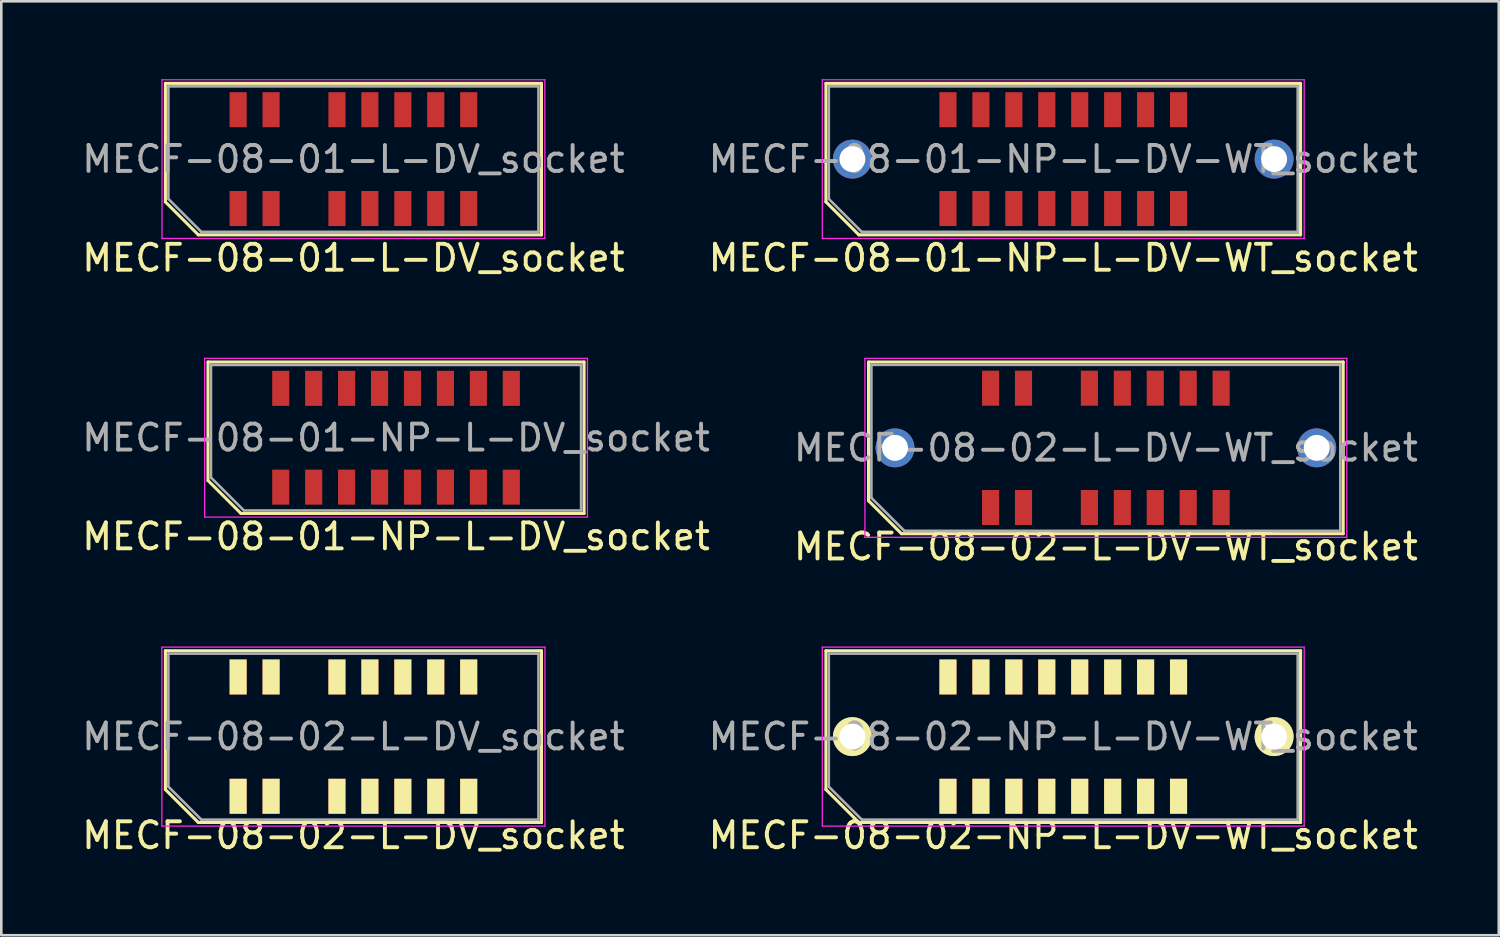
<source format=kicad_pcb>
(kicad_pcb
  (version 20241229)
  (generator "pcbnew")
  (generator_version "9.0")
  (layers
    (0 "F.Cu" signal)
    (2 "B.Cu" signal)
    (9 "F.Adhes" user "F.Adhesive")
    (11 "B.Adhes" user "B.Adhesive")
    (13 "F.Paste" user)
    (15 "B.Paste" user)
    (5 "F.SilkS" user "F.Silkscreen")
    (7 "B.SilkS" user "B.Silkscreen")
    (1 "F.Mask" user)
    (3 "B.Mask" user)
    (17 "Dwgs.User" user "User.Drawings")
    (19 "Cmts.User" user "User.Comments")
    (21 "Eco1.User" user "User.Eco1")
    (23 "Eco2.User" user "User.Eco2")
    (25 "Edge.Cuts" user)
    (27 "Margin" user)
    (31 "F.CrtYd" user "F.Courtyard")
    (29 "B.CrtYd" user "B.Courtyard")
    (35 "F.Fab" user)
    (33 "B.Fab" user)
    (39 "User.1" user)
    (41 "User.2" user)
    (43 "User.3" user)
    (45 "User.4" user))
  (footprint "MECF-08-02-L-DV_socket"
    (layer "F.Cu")
    (at 10.577 25.352)
    (property "Reference" "MECF-08-02-L-DV_socket" (at 0 3.81 0) (layer "F.SilkS") (effects (font (size 1 1) (thickness 0.15))))
    (attr smd)
    (fp_line (start -7.25 -3.31) (end 7.25 -3.31) (stroke (width 0.12) (type solid)) (layer "F.SilkS"))
    (fp_line (start -7.25 2.04) (end -7.25 -3.31) (stroke (width 0.12) (type solid)) (layer "F.SilkS"))
    (fp_line (start -5.98 3.31) (end -7.25 2.04) (stroke (width 0.12) (type solid)) (layer "F.SilkS"))
    (fp_line (start -5.98 3.31) (end 7.25 3.31) (stroke (width 0.12) (type solid)) (layer "F.SilkS"))
    (fp_line (start 7.25 3.31) (end 7.25 -3.31) (stroke (width 0.12) (type solid)) (layer "F.SilkS"))
    (fp_line (start -7.385 -3.45) (end -7.385 3.45) (stroke (width 0.05) (type solid)) (layer "F.CrtYd"))
    (fp_line (start -7.385 3.45) (end 7.385 3.45) (stroke (width 0.05) (type solid)) (layer "F.CrtYd"))
    (fp_line (start 7.385 -3.45) (end -7.385 -3.45) (stroke (width 0.05) (type solid)) (layer "F.CrtYd"))
    (fp_line (start 7.385 3.45) (end 7.385 -3.45) (stroke (width 0.05) (type solid)) (layer "F.CrtYd"))
    (fp_line (start -7.135 -3.2) (end 7.135 -3.2) (stroke (width 0.1) (type solid)) (layer "F.Fab"))
    (fp_line (start -7.135 1.93) (end -7.135 -3.2) (stroke (width 0.1) (type solid)) (layer "F.Fab"))
    (fp_line (start -7.135 1.93) (end -5.865 3.2) (stroke (width 0.1) (type solid)) (layer "F.Fab"))
    (fp_line (start -5.865 3.2) (end 7.135 3.2) (stroke (width 0.1) (type solid)) (layer "F.Fab"))
    (fp_line (start 7.135 3.2) (end 7.135 -3.2) (stroke (width 0.1) (type solid)) (layer "F.Fab"))
    (fp_text user "${REFERENCE}" (at 0 0 0) (layer "F.Fab") (effects (font (size 1 1) (thickness 0.15))))
    (pad "" np_thru_hole circle (at -6.225 0) (size 0.001 0.001) (drill 1.45) (layers "*.Cu" "*.Mask" "F.SilkS"))
    (pad "" np_thru_hole circle (at 6.225 1) (size 0.001 0.001) (drill 1.45) (layers "*.Cu" "*.Mask" "F.SilkS"))
    (pad "1" smd rect (at -4.445 2.3) (size 0.66 1.35) (layers "F.Cu" "F.Mask" "F.SilkS"))
    (pad "2" smd rect (at -4.445 -2.3) (size 0.66 1.35) (layers "F.Cu" "F.Mask" "F.SilkS"))
    (pad "3" smd rect (at -3.175 2.3) (size 0.66 1.35) (layers "F.Cu" "F.Mask" "F.SilkS"))
    (pad "4" smd rect (at -3.175 -2.3) (size 0.66 1.35) (layers "F.Cu" "F.Mask" "F.SilkS"))
    (pad "7" smd rect (at -0.635 2.3) (size 0.66 1.35) (layers "F.Cu" "F.Mask" "F.SilkS"))
    (pad "8" smd rect (at -0.635 -2.3) (size 0.66 1.35) (layers "F.Cu" "F.Mask" "F.SilkS"))
    (pad "9" smd rect (at 0.635 2.3) (size 0.66 1.35) (layers "F.Cu" "F.Mask" "F.SilkS"))
    (pad "10" smd rect (at 0.635 -2.3) (size 0.66 1.35) (layers "F.Cu" "F.Mask" "F.SilkS"))
    (pad "11" smd rect (at 1.905 2.3) (size 0.66 1.35) (layers "F.Cu" "F.Mask" "F.SilkS"))
    (pad "12" smd rect (at 1.905 -2.3) (size 0.66 1.35) (layers "F.Cu" "F.Mask" "F.SilkS"))
    (pad "13" smd rect (at 3.175 2.3) (size 0.66 1.35) (layers "F.Cu" "F.Mask" "F.SilkS"))
    (pad "14" smd rect (at 3.175 -2.3) (size 0.66 1.35) (layers "F.Cu" "F.Mask" "F.SilkS"))
    (pad "15" smd rect (at 4.445 2.3) (size 0.66 1.35) (layers "F.Cu" "F.Mask" "F.SilkS"))
    (pad "16" smd rect (at 4.445 -2.3) (size 0.66 1.35) (layers "F.Cu" "F.Mask" "F.SilkS")))
  (footprint "MECF-08-01-NP-L-DV-WT_socket"
    (layer "F.Cu")
    (at 37.946 3.085)
    (property "Reference" "MECF-08-01-NP-L-DV-WT_socket" (at 0 3.81 0) (layer "F.SilkS") (effects (font (size 1 1) (thickness 0.15))))
    (attr smd)
    (fp_line (start -9.15 -2.92) (end 9.15 -2.92) (stroke (width 0.12) (type solid)) (layer "F.SilkS"))
    (fp_line (start -9.15 1.65) (end -9.15 -2.92) (stroke (width 0.12) (type solid)) (layer "F.SilkS"))
    (fp_line (start -7.88 2.92) (end -9.15 1.65) (stroke (width 0.12) (type solid)) (layer "F.SilkS"))
    (fp_line (start -7.88 2.92) (end 9.15 2.92) (stroke (width 0.12) (type solid)) (layer "F.SilkS"))
    (fp_line (start 9.15 2.92) (end 9.15 -2.92) (stroke (width 0.12) (type solid)) (layer "F.SilkS"))
    (fp_line (start -9.29 -3.06) (end -9.29 3.06) (stroke (width 0.05) (type solid)) (layer "F.CrtYd"))
    (fp_line (start -9.29 3.06) (end 9.29 3.06) (stroke (width 0.05) (type solid)) (layer "F.CrtYd"))
    (fp_line (start 9.29 -3.06) (end -9.29 -3.06) (stroke (width 0.05) (type solid)) (layer "F.CrtYd"))
    (fp_line (start 9.29 3.06) (end 9.29 -3.06) (stroke (width 0.05) (type solid)) (layer "F.CrtYd"))
    (fp_line (start -9.04 -2.805) (end 9.04 -2.805) (stroke (width 0.1) (type solid)) (layer "F.Fab"))
    (fp_line (start -9.04 1.535) (end -9.04 -2.805) (stroke (width 0.1) (type solid)) (layer "F.Fab"))
    (fp_line (start -9.04 1.535) (end -7.77 2.805) (stroke (width 0.1) (type solid)) (layer "F.Fab"))
    (fp_line (start -7.77 2.805) (end 9.04 2.805) (stroke (width 0.1) (type solid)) (layer "F.Fab"))
    (fp_line (start 9.04 2.805) (end 9.04 -2.805) (stroke (width 0.1) (type solid)) (layer "F.Fab"))
    (fp_text user "${REFERENCE}" (at 0 0 0) (layer "F.Fab") (effects (font (size 1 1) (thickness 0.15))))
    (pad "" thru_hole circle (at -8.13 0) (size 1.5 1.5) (drill 1) (layers "*.Cu" "*.Mask"))
    (pad "" np_thru_hole circle (at -6.225 0) (size 0.001 0.001) (drill 1.45) (layers "*.Cu" "*.Mask"))
    (pad "" np_thru_hole circle (at 6.225 1) (size 0.001 0.001) (drill 1.45) (layers "*.Cu" "*.Mask"))
    (pad "" thru_hole circle (at 8.13 0) (size 1.5 1.5) (drill 1) (layers "*.Cu" "*.Mask"))
    (pad "1" smd rect (at -4.445 1.905) (size 0.66 1.35) (layers "F.Cu" "F.Mask" "F.Paste"))
    (pad "2" smd rect (at -4.445 -1.905) (size 0.66 1.35) (layers "F.Cu" "F.Mask" "F.Paste"))
    (pad "3" smd rect (at -3.175 1.905) (size 0.66 1.35) (layers "F.Cu" "F.Mask" "F.Paste"))
    (pad "4" smd rect (at -3.175 -1.905) (size 0.66 1.35) (layers "F.Cu" "F.Mask" "F.Paste"))
    (pad "5" smd rect (at -1.905 1.905) (size 0.66 1.35) (layers "F.Cu" "F.Mask" "F.Paste"))
    (pad "6" smd rect (at -1.905 -1.905) (size 0.66 1.35) (layers "F.Cu" "F.Mask" "F.Paste"))
    (pad "7" smd rect (at -0.635 1.905) (size 0.66 1.35) (layers "F.Cu" "F.Mask" "F.Paste"))
    (pad "8" smd rect (at -0.635 -1.905) (size 0.66 1.35) (layers "F.Cu" "F.Mask" "F.Paste"))
    (pad "9" smd rect (at 0.635 1.905) (size 0.66 1.35) (layers "F.Cu" "F.Mask" "F.Paste"))
    (pad "10" smd rect (at 0.635 -1.905) (size 0.66 1.35) (layers "F.Cu" "F.Mask" "F.Paste"))
    (pad "11" smd rect (at 1.905 1.905) (size 0.66 1.35) (layers "F.Cu" "F.Mask" "F.Paste"))
    (pad "12" smd rect (at 1.905 -1.905) (size 0.66 1.35) (layers "F.Cu" "F.Mask" "F.Paste"))
    (pad "13" smd rect (at 3.175 1.905) (size 0.66 1.35) (layers "F.Cu" "F.Mask" "F.Paste"))
    (pad "14" smd rect (at 3.175 -1.905) (size 0.66 1.35) (layers "F.Cu" "F.Mask" "F.Paste"))
    (pad "15" smd rect (at 4.445 1.905) (size 0.66 1.35) (layers "F.Cu" "F.Mask" "F.Paste"))
    (pad "16" smd rect (at 4.445 -1.905) (size 0.66 1.35) (layers "F.Cu" "F.Mask" "F.Paste")))
  (footprint "MECF-08-01-L-DV_socket"
    (layer "F.Cu")
    (at 10.577 3.085)
    (property "Reference" "MECF-08-01-L-DV_socket" (at 0 3.81 0) (layer "F.SilkS") (effects (font (size 1 1) (thickness 0.15))))
    (attr smd)
    (fp_line (start -7.25 -2.92) (end 7.25 -2.92) (stroke (width 0.12) (type solid)) (layer "F.SilkS"))
    (fp_line (start -7.25 1.65) (end -7.25 -2.92) (stroke (width 0.12) (type solid)) (layer "F.SilkS"))
    (fp_line (start -5.98 2.92) (end -7.25 1.65) (stroke (width 0.12) (type solid)) (layer "F.SilkS"))
    (fp_line (start -5.98 2.92) (end 7.25 2.92) (stroke (width 0.12) (type solid)) (layer "F.SilkS"))
    (fp_line (start 7.25 2.92) (end 7.25 -2.92) (stroke (width 0.12) (type solid)) (layer "F.SilkS"))
    (fp_line (start -7.38 -3.06) (end -7.38 3.06) (stroke (width 0.05) (type solid)) (layer "F.CrtYd"))
    (fp_line (start -7.38 3.06) (end 7.38 3.06) (stroke (width 0.05) (type solid)) (layer "F.CrtYd"))
    (fp_line (start 7.38 -3.06) (end -7.38 -3.06) (stroke (width 0.05) (type solid)) (layer "F.CrtYd"))
    (fp_line (start 7.38 3.06) (end 7.38 -3.06) (stroke (width 0.05) (type solid)) (layer "F.CrtYd"))
    (fp_line (start -7.135 -2.805) (end 7.135 -2.805) (stroke (width 0.1) (type solid)) (layer "F.Fab"))
    (fp_line (start -7.135 1.535) (end -7.135 -2.805) (stroke (width 0.1) (type solid)) (layer "F.Fab"))
    (fp_line (start -7.135 1.535) (end -5.865 2.805) (stroke (width 0.1) (type solid)) (layer "F.Fab"))
    (fp_line (start -5.865 2.805) (end 7.135 2.805) (stroke (width 0.1) (type solid)) (layer "F.Fab"))
    (fp_line (start 7.135 2.805) (end 7.135 -2.805) (stroke (width 0.1) (type solid)) (layer "F.Fab"))
    (fp_text user "${REFERENCE}" (at 0 0 0) (layer "F.Fab") (effects (font (size 1 1) (thickness 0.15))))
    (pad "" np_thru_hole circle (at -6.225 0) (size 0.001 0.001) (drill 1.45) (layers "*.Cu" "*.Mask"))
    (pad "" np_thru_hole circle (at 6.225 1) (size 0.001 0.001) (drill 1.45) (layers "*.Cu" "*.Mask"))
    (pad "1" smd rect (at -4.445 1.905) (size 0.66 1.35) (layers "F.Cu" "F.Mask" "F.Paste"))
    (pad "2" smd rect (at -4.445 -1.905) (size 0.66 1.35) (layers "F.Cu" "F.Mask" "F.Paste"))
    (pad "3" smd rect (at -3.175 1.905) (size 0.66 1.35) (layers "F.Cu" "F.Mask" "F.Paste"))
    (pad "4" smd rect (at -3.175 -1.905) (size 0.66 1.35) (layers "F.Cu" "F.Mask" "F.Paste"))
    (pad "7" smd rect (at -0.635 1.905) (size 0.66 1.35) (layers "F.Cu" "F.Mask" "F.Paste"))
    (pad "8" smd rect (at -0.635 -1.905) (size 0.66 1.35) (layers "F.Cu" "F.Mask" "F.Paste"))
    (pad "9" smd rect (at 0.635 1.905) (size 0.66 1.35) (layers "F.Cu" "F.Mask" "F.Paste"))
    (pad "10" smd rect (at 0.635 -1.905) (size 0.66 1.35) (layers "F.Cu" "F.Mask" "F.Paste"))
    (pad "11" smd rect (at 1.905 1.905) (size 0.66 1.35) (layers "F.Cu" "F.Mask" "F.Paste"))
    (pad "12" smd rect (at 1.905 -1.905) (size 0.66 1.35) (layers "F.Cu" "F.Mask" "F.Paste"))
    (pad "13" smd rect (at 3.175 1.905) (size 0.66 1.35) (layers "F.Cu" "F.Mask" "F.Paste"))
    (pad "14" smd rect (at 3.175 -1.905) (size 0.66 1.35) (layers "F.Cu" "F.Mask" "F.Paste"))
    (pad "15" smd rect (at 4.445 1.905) (size 0.66 1.35) (layers "F.Cu" "F.Mask" "F.Paste"))
    (pad "16" smd rect (at 4.445 -1.905) (size 0.66 1.35) (layers "F.Cu" "F.Mask" "F.Paste")))
  (footprint "MECF-08-01-NP-L-DV_socket"
    (layer "F.Cu")
    (at 12.22 13.828)
    (property "Reference" "MECF-08-01-NP-L-DV_socket" (at 0 3.81 0) (layer "F.SilkS") (effects (font (size 1 1) (thickness 0.15))))
    (attr smd)
    (fp_line (start -7.25 -2.92) (end 7.25 -2.92) (stroke (width 0.12) (type solid)) (layer "F.SilkS"))
    (fp_line (start -7.25 1.65) (end -7.25 -2.92) (stroke (width 0.12) (type solid)) (layer "F.SilkS"))
    (fp_line (start -5.98 2.92) (end -7.25 1.65) (stroke (width 0.12) (type solid)) (layer "F.SilkS"))
    (fp_line (start -5.98 2.92) (end 7.25 2.92) (stroke (width 0.12) (type solid)) (layer "F.SilkS"))
    (fp_line (start 7.25 2.92) (end 7.25 -2.92) (stroke (width 0.12) (type solid)) (layer "F.SilkS"))
    (fp_line (start -7.38 -3.06) (end -7.38 3.06) (stroke (width 0.05) (type solid)) (layer "F.CrtYd"))
    (fp_line (start -7.38 3.06) (end 7.38 3.06) (stroke (width 0.05) (type solid)) (layer "F.CrtYd"))
    (fp_line (start 7.38 -3.06) (end -7.38 -3.06) (stroke (width 0.05) (type solid)) (layer "F.CrtYd"))
    (fp_line (start 7.38 3.06) (end 7.38 -3.06) (stroke (width 0.05) (type solid)) (layer "F.CrtYd"))
    (fp_line (start -7.135 -2.805) (end 7.135 -2.805) (stroke (width 0.1) (type solid)) (layer "F.Fab"))
    (fp_line (start -7.135 1.535) (end -7.135 -2.805) (stroke (width 0.1) (type solid)) (layer "F.Fab"))
    (fp_line (start -7.135 1.535) (end -5.865 2.805) (stroke (width 0.1) (type solid)) (layer "F.Fab"))
    (fp_line (start -5.865 2.805) (end 7.135 2.805) (stroke (width 0.1) (type solid)) (layer "F.Fab"))
    (fp_line (start 7.135 2.805) (end 7.135 -2.805) (stroke (width 0.1) (type solid)) (layer "F.Fab"))
    (fp_text user "${REFERENCE}" (at 0 0 0) (layer "F.Fab") (effects (font (size 1 1) (thickness 0.15))))
    (pad "" np_thru_hole circle (at -6.225 0) (size 0.001 0.001) (drill 1.45) (layers "*.Cu" "*.Mask"))
    (pad "" np_thru_hole circle (at 6.225 1) (size 0.001 0.001) (drill 1.45) (layers "*.Cu" "*.Mask"))
    (pad "1" smd rect (at -4.445 1.905) (size 0.66 1.35) (layers "F.Cu" "F.Mask" "F.Paste"))
    (pad "2" smd rect (at -4.445 -1.905) (size 0.66 1.35) (layers "F.Cu" "F.Mask" "F.Paste"))
    (pad "3" smd rect (at -3.175 1.905) (size 0.66 1.35) (layers "F.Cu" "F.Mask" "F.Paste"))
    (pad "4" smd rect (at -3.175 -1.905) (size 0.66 1.35) (layers "F.Cu" "F.Mask" "F.Paste"))
    (pad "5" smd rect (at -1.905 1.905) (size 0.66 1.35) (layers "F.Cu" "F.Mask" "F.Paste"))
    (pad "6" smd rect (at -1.905 -1.905) (size 0.66 1.35) (layers "F.Cu" "F.Mask" "F.Paste"))
    (pad "7" smd rect (at -0.635 1.905) (size 0.66 1.35) (layers "F.Cu" "F.Mask" "F.Paste"))
    (pad "8" smd rect (at -0.635 -1.905) (size 0.66 1.35) (layers "F.Cu" "F.Mask" "F.Paste"))
    (pad "9" smd rect (at 0.635 1.905) (size 0.66 1.35) (layers "F.Cu" "F.Mask" "F.Paste"))
    (pad "10" smd rect (at 0.635 -1.905) (size 0.66 1.35) (layers "F.Cu" "F.Mask" "F.Paste"))
    (pad "11" smd rect (at 1.905 1.905) (size 0.66 1.35) (layers "F.Cu" "F.Mask" "F.Paste"))
    (pad "12" smd rect (at 1.905 -1.905) (size 0.66 1.35) (layers "F.Cu" "F.Mask" "F.Paste"))
    (pad "13" smd rect (at 3.175 1.905) (size 0.66 1.35) (layers "F.Cu" "F.Mask" "F.Paste"))
    (pad "14" smd rect (at 3.175 -1.905) (size 0.66 1.35) (layers "F.Cu" "F.Mask" "F.Paste"))
    (pad "15" smd rect (at 4.445 1.905) (size 0.66 1.35) (layers "F.Cu" "F.Mask" "F.Paste"))
    (pad "16" smd rect (at 4.445 -1.905) (size 0.66 1.35) (layers "F.Cu" "F.Mask" "F.Paste")))
  (footprint "MECF-08-02-NP-L-DV-WT_socket"
    (layer "F.Cu")
    (at 37.946 25.352)
    (property "Reference" "MECF-08-02-NP-L-DV-WT_socket" (at 0 3.81 0) (layer "F.SilkS") (effects (font (size 1 1) (thickness 0.15))))
    (attr through_hole)
    (fp_line (start -9.15 -3.31) (end 9.15 -3.31) (stroke (width 0.12) (type solid)) (layer "F.SilkS"))
    (fp_line (start -9.15 2.04) (end -9.15 -3.31) (stroke (width 0.12) (type solid)) (layer "F.SilkS"))
    (fp_line (start -7.88 3.31) (end -9.15 2.04) (stroke (width 0.12) (type solid)) (layer "F.SilkS"))
    (fp_line (start -7.88 3.31) (end 9.15 3.31) (stroke (width 0.12) (type solid)) (layer "F.SilkS"))
    (fp_line (start 9.15 3.31) (end 9.15 -3.31) (stroke (width 0.12) (type solid)) (layer "F.SilkS"))
    (fp_line (start -9.29 -3.45) (end -9.29 3.45) (stroke (width 0.05) (type solid)) (layer "F.CrtYd"))
    (fp_line (start -9.29 3.45) (end 9.29 3.45) (stroke (width 0.05) (type solid)) (layer "F.CrtYd"))
    (fp_line (start 9.29 -3.45) (end -9.29 -3.45) (stroke (width 0.05) (type solid)) (layer "F.CrtYd"))
    (fp_line (start 9.29 3.45) (end 9.29 -3.45) (stroke (width 0.05) (type solid)) (layer "F.CrtYd"))
    (fp_line (start -9.04 -3.2) (end 9.04 -3.2) (stroke (width 0.1) (type solid)) (layer "F.Fab"))
    (fp_line (start -9.04 1.93) (end -9.04 -3.2) (stroke (width 0.1) (type solid)) (layer "F.Fab"))
    (fp_line (start -9.04 1.93) (end -7.77 3.2) (stroke (width 0.1) (type solid)) (layer "F.Fab"))
    (fp_line (start -7.77 3.2) (end 9.04 3.2) (stroke (width 0.1) (type solid)) (layer "F.Fab"))
    (fp_line (start 9.04 3.2) (end 9.04 -3.2) (stroke (width 0.1) (type solid)) (layer "F.Fab"))
    (fp_text user "${REFERENCE}" (at 0 0 0) (layer "F.Fab") (effects (font (size 1 1) (thickness 0.15))))
    (pad "" np_thru_hole circle (at -6.225 0) (size 0.001 0.001) (drill 1.45) (layers "*.Cu" "*.Mask" "F.SilkS"))
    (pad "" np_thru_hole circle (at 6.225 1) (size 0.001 0.001) (drill 1.45) (layers "*.Cu" "*.Mask" "F.SilkS"))
    (pad "1" smd rect (at -4.445 2.3) (size 0.66 1.35) (layers "F.Cu" "F.Mask" "F.SilkS"))
    (pad "2" smd rect (at -4.445 -2.3) (size 0.66 1.35) (layers "F.Cu" "F.Mask" "F.SilkS"))
    (pad "3" smd rect (at -3.175 2.3) (size 0.66 1.35) (layers "F.Cu" "F.Mask" "F.SilkS"))
    (pad "4" smd rect (at -3.175 -2.3) (size 0.66 1.35) (layers "F.Cu" "F.Mask" "F.SilkS"))
    (pad "5" smd rect (at -1.905 2.3) (size 0.66 1.35) (layers "F.Cu" "F.Mask" "F.SilkS"))
    (pad "6" smd rect (at -1.905 -2.3) (size 0.66 1.35) (layers "F.Cu" "F.Mask" "F.SilkS"))
    (pad "7" smd rect (at -0.635 2.3) (size 0.66 1.35) (layers "F.Cu" "F.Mask" "F.SilkS"))
    (pad "8" smd rect (at -0.635 -2.3) (size 0.66 1.35) (layers "F.Cu" "F.Mask" "F.SilkS"))
    (pad "9" smd rect (at 0.635 2.3) (size 0.66 1.35) (layers "F.Cu" "F.Mask" "F.SilkS"))
    (pad "10" smd rect (at 0.635 -2.3) (size 0.66 1.35) (layers "F.Cu" "F.Mask" "F.SilkS"))
    (pad "11" smd rect (at 1.905 2.3) (size 0.66 1.35) (layers "F.Cu" "F.Mask" "F.SilkS"))
    (pad "12" smd rect (at 1.905 -2.3) (size 0.66 1.35) (layers "F.Cu" "F.Mask" "F.SilkS"))
    (pad "13" smd rect (at 3.175 2.3) (size 0.66 1.35) (layers "F.Cu" "F.Mask" "F.SilkS"))
    (pad "14" smd rect (at 3.175 -2.3) (size 0.66 1.35) (layers "F.Cu" "F.Mask" "F.SilkS"))
    (pad "15" smd rect (at 4.445 2.3) (size 0.66 1.35) (layers "F.Cu" "F.Mask" "F.SilkS"))
    (pad "16" smd rect (at 4.445 -2.3) (size 0.66 1.35) (layers "F.Cu" "F.Mask" "F.SilkS"))
    (pad "None" thru_hole circle (at -8.13 0) (size 1.5 1.5) (drill 1) (layers "*.Cu" "*.Mask" "F.SilkS"))
    (pad "None" thru_hole circle (at 8.13 0) (size 1.5 1.5) (drill 1) (layers "*.Cu" "*.Mask" "F.SilkS")))
  (footprint "MECF-08-02-L-DV-WT_socket"
    (layer "F.Cu")
    (at 39.589 14.218)
    (property "Reference" "MECF-08-02-L-DV-WT_socket" (at 0 3.81 0) (layer "F.SilkS") (effects (font (size 1 1) (thickness 0.15))))
    (attr smd)
    (fp_line (start -9.15 -3.31) (end 9.15 -3.31) (stroke (width 0.12) (type solid)) (layer "F.SilkS"))
    (fp_line (start -9.15 2.04) (end -9.15 -3.31) (stroke (width 0.12) (type solid)) (layer "F.SilkS"))
    (fp_line (start -7.88 3.31) (end -9.15 2.04) (stroke (width 0.12) (type solid)) (layer "F.SilkS"))
    (fp_line (start -7.88 3.31) (end 9.15 3.31) (stroke (width 0.12) (type solid)) (layer "F.SilkS"))
    (fp_line (start 9.15 3.31) (end 9.15 -3.31) (stroke (width 0.12) (type solid)) (layer "F.SilkS"))
    (fp_line (start -9.29 -3.45) (end -9.29 3.45) (stroke (width 0.05) (type solid)) (layer "F.CrtYd"))
    (fp_line (start -9.29 3.45) (end 9.29 3.45) (stroke (width 0.05) (type solid)) (layer "F.CrtYd"))
    (fp_line (start 9.29 -3.45) (end -9.29 -3.45) (stroke (width 0.05) (type solid)) (layer "F.CrtYd"))
    (fp_line (start 9.29 3.45) (end 9.29 -3.45) (stroke (width 0.05) (type solid)) (layer "F.CrtYd"))
    (fp_line (start -9.04 -3.2) (end 9.04 -3.2) (stroke (width 0.1) (type solid)) (layer "F.Fab"))
    (fp_line (start -9.04 1.93) (end -9.04 -3.2) (stroke (width 0.1) (type solid)) (layer "F.Fab"))
    (fp_line (start -9.04 1.93) (end -7.77 3.2) (stroke (width 0.1) (type solid)) (layer "F.Fab"))
    (fp_line (start -7.77 3.2) (end 9.04 3.2) (stroke (width 0.1) (type solid)) (layer "F.Fab"))
    (fp_line (start 9.04 3.2) (end 9.04 -3.2) (stroke (width 0.1) (type solid)) (layer "F.Fab"))
    (fp_text user "${REFERENCE}" (at 0 0 0) (layer "F.Fab") (effects (font (size 1 1) (thickness 0.15))))
    (pad "" thru_hole circle (at -8.13 0) (size 1.5 1.5) (drill 1) (layers "*.Cu" "*.Mask"))
    (pad "" np_thru_hole circle (at -6.225 0) (size 0.001 0.001) (drill 1.45) (layers "*.Cu" "*.Mask"))
    (pad "" np_thru_hole circle (at 6.225 1) (size 0.001 0.001) (drill 1.45) (layers "*.Cu" "*.Mask"))
    (pad "" thru_hole circle (at 8.13 0) (size 1.5 1.5) (drill 1) (layers "*.Cu" "*.Mask"))
    (pad "1" smd rect (at -4.445 2.3) (size 0.66 1.35) (layers "F.Cu" "F.Mask" "F.Paste"))
    (pad "2" smd rect (at -4.445 -2.3) (size 0.66 1.35) (layers "F.Cu" "F.Mask" "F.Paste"))
    (pad "3" smd rect (at -3.175 2.3) (size 0.66 1.35) (layers "F.Cu" "F.Mask" "F.Paste"))
    (pad "4" smd rect (at -3.175 -2.3) (size 0.66 1.35) (layers "F.Cu" "F.Mask" "F.Paste"))
    (pad "7" smd rect (at -0.635 2.3) (size 0.66 1.35) (layers "F.Cu" "F.Mask" "F.Paste"))
    (pad "8" smd rect (at -0.635 -2.3) (size 0.66 1.35) (layers "F.Cu" "F.Mask" "F.Paste"))
    (pad "9" smd rect (at 0.635 2.3) (size 0.66 1.35) (layers "F.Cu" "F.Mask" "F.Paste"))
    (pad "10" smd rect (at 0.635 -2.3) (size 0.66 1.35) (layers "F.Cu" "F.Mask" "F.Paste"))
    (pad "11" smd rect (at 1.905 2.3) (size 0.66 1.35) (layers "F.Cu" "F.Mask" "F.Paste"))
    (pad "12" smd rect (at 1.905 -2.3) (size 0.66 1.35) (layers "F.Cu" "F.Mask" "F.Paste"))
    (pad "13" smd rect (at 3.175 2.3) (size 0.66 1.35) (layers "F.Cu" "F.Mask" "F.Paste"))
    (pad "14" smd rect (at 3.175 -2.3) (size 0.66 1.35) (layers "F.Cu" "F.Mask" "F.Paste"))
    (pad "15" smd rect (at 4.445 2.3) (size 0.66 1.35) (layers "F.Cu" "F.Mask" "F.Paste"))
    (pad "16" smd rect (at 4.445 -2.3) (size 0.66 1.35) (layers "F.Cu" "F.Mask" "F.Paste")))
  (gr_rect
    (start -3 -3)
    (end 54.738 33.01)
    (stroke (width 0.1) (type default))
    (fill no)
    (layer "Edge.Cuts")))
</source>
